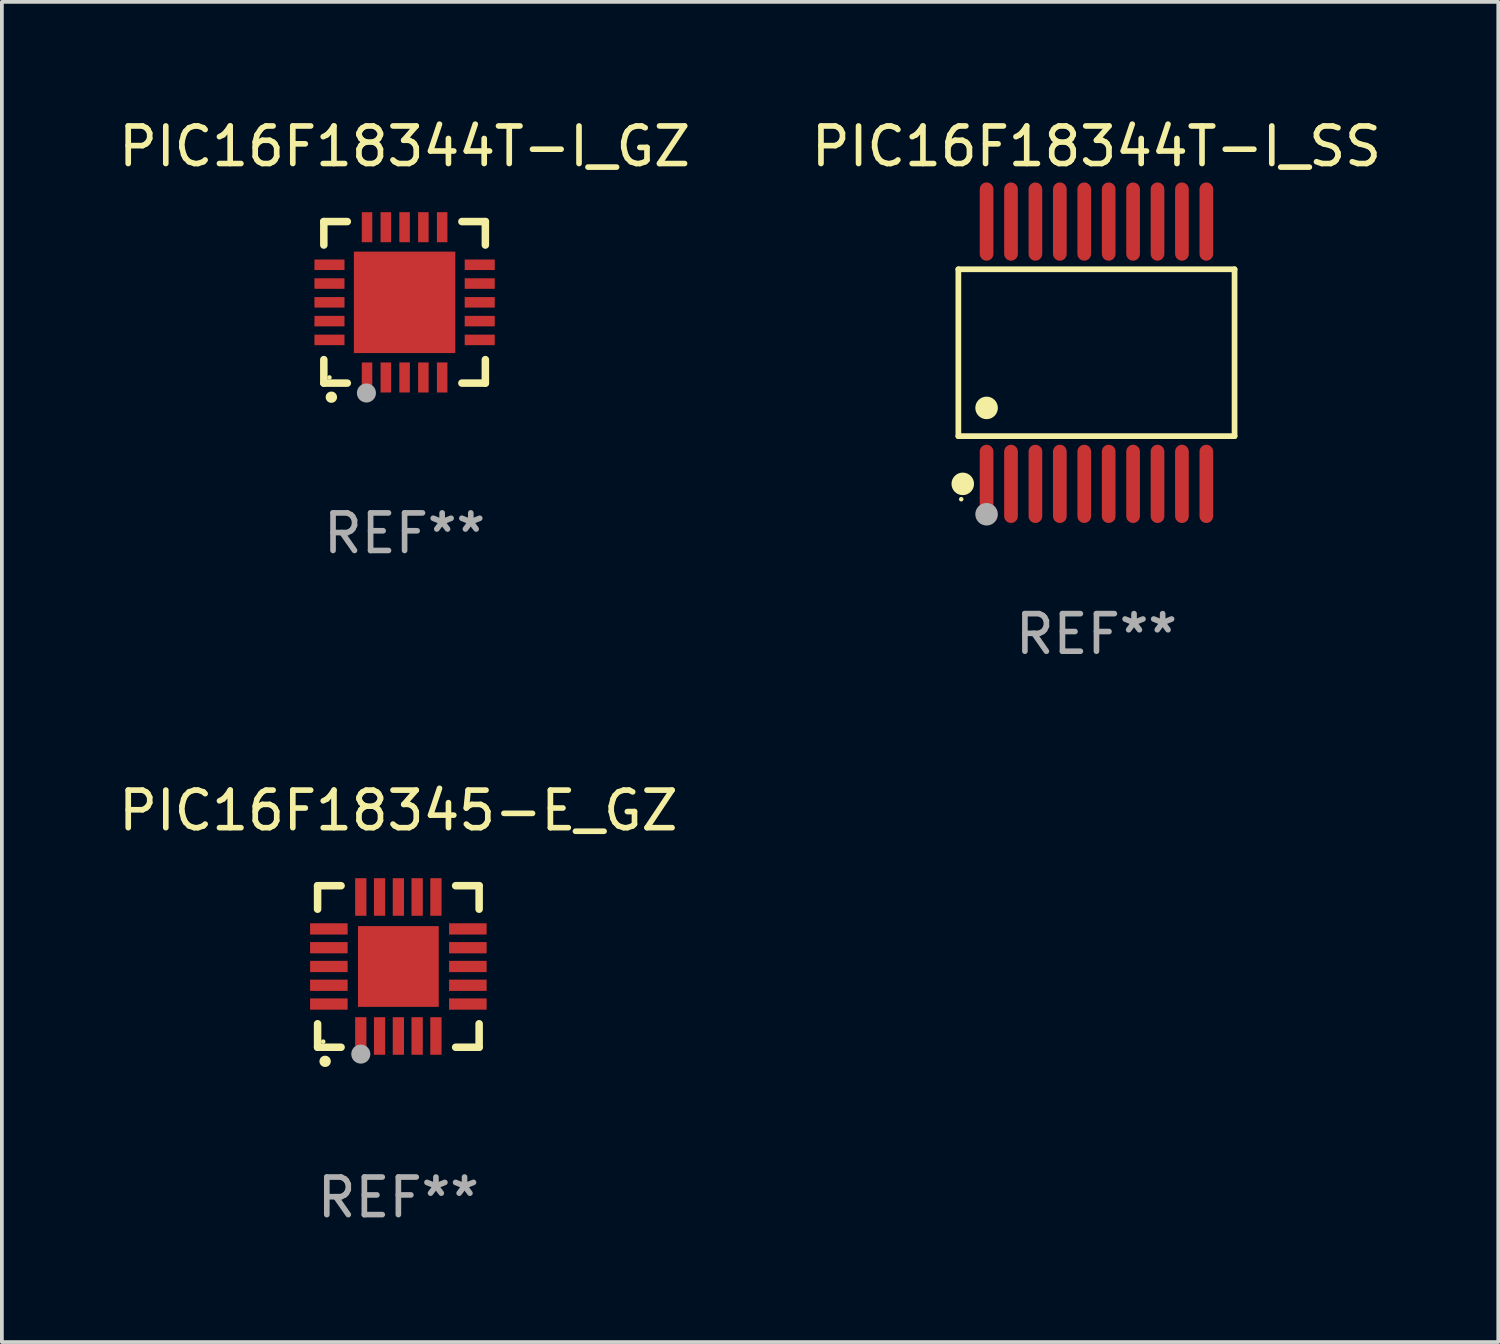
<source format=kicad_pcb>
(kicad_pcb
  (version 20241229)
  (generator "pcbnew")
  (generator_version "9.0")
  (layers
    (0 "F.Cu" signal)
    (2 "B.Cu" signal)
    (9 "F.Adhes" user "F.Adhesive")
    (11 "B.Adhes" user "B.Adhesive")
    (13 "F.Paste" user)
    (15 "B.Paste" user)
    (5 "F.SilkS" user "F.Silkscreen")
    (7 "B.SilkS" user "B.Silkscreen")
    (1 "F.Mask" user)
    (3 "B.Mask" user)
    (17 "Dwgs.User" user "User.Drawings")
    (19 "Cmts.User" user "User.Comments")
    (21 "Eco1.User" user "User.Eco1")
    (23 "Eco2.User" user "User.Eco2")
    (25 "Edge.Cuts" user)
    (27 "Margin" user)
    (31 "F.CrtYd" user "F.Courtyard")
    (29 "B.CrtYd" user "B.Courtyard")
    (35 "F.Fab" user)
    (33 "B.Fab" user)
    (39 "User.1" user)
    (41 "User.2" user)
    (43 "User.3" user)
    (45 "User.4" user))
  (footprint "PIC16F18344T-I_SS"
    (layer "F.Cu")
    (at 26.137 6.339)
    (property "Reference" "PIC16F18344T-I_SS" (at 0 -5.491 0) (layer "F.SilkS") (effects (font (size 1 1) (thickness 0.15))))
    (attr through_hole)
    (fp_line (start -3.676 -2.221) (end 3.676 -2.221) (stroke (width 0.152) (type solid)) (layer "F.SilkS"))
    (fp_line (start -3.676 2.221) (end -3.676 -2.221) (stroke (width 0.152) (type solid)) (layer "F.SilkS"))
    (fp_line (start 3.676 -2.221) (end 3.676 2.221) (stroke (width 0.152) (type solid)) (layer "F.SilkS"))
    (fp_line (start 3.676 2.221) (end -3.676 2.221) (stroke (width 0.152) (type solid)) (layer "F.SilkS"))
    (fp_circle (center -3.6 3.9) (end -3.57 3.9) (stroke (width 0.06) (type solid)) (fill no) (layer "F.SilkS"))
    (fp_circle (center -3.559 3.491) (end -3.409 3.491) (stroke (width 0.3) (type solid)) (fill no) (layer "F.SilkS"))
    (fp_circle (center -2.925 1.469) (end -2.775 1.469) (stroke (width 0.3) (type solid)) (fill no) (layer "F.SilkS"))
    (fp_circle (center -2.925 4.3) (end -2.775 4.3) (stroke (width 0.3) (type solid)) (fill no) (layer "F.Fab"))
    (fp_text user "REF**" (at 0 7.491 0) (layer "F.Fab") (effects (font (size 1 1) (thickness 0.15))))
    (pad "1" smd oval (at -2.925 3.491) (size 0.364 2.082) (layers "F.Cu" "F.Mask" "F.Paste"))
    (pad "2" smd oval (at -2.275 3.491) (size 0.364 2.082) (layers "F.Cu" "F.Mask" "F.Paste"))
    (pad "3" smd oval (at -1.625 3.491) (size 0.364 2.082) (layers "F.Cu" "F.Mask" "F.Paste"))
    (pad "4" smd oval (at -0.975 3.491) (size 0.364 2.082) (layers "F.Cu" "F.Mask" "F.Paste"))
    (pad "5" smd oval (at -0.325 3.491) (size 0.364 2.082) (layers "F.Cu" "F.Mask" "F.Paste"))
    (pad "6" smd oval (at 0.325 3.491) (size 0.364 2.082) (layers "F.Cu" "F.Mask" "F.Paste"))
    (pad "7" smd oval (at 0.975 3.491) (size 0.364 2.082) (layers "F.Cu" "F.Mask" "F.Paste"))
    (pad "8" smd oval (at 1.625 3.491) (size 0.364 2.082) (layers "F.Cu" "F.Mask" "F.Paste"))
    (pad "9" smd oval (at 2.275 3.491) (size 0.364 2.082) (layers "F.Cu" "F.Mask" "F.Paste"))
    (pad "10" smd oval (at 2.925 3.491) (size 0.364 2.082) (layers "F.Cu" "F.Mask" "F.Paste"))
    (pad "11" smd oval (at 2.925 -3.491) (size 0.364 2.082) (layers "F.Cu" "F.Mask" "F.Paste"))
    (pad "12" smd oval (at 2.275 -3.491) (size 0.364 2.082) (layers "F.Cu" "F.Mask" "F.Paste"))
    (pad "13" smd oval (at 1.625 -3.491) (size 0.364 2.082) (layers "F.Cu" "F.Mask" "F.Paste"))
    (pad "14" smd oval (at 0.975 -3.491) (size 0.364 2.082) (layers "F.Cu" "F.Mask" "F.Paste"))
    (pad "15" smd oval (at 0.325 -3.491) (size 0.364 2.082) (layers "F.Cu" "F.Mask" "F.Paste"))
    (pad "16" smd oval (at -0.325 -3.491) (size 0.364 2.082) (layers "F.Cu" "F.Mask" "F.Paste"))
    (pad "17" smd oval (at -0.975 -3.491) (size 0.364 2.082) (layers "F.Cu" "F.Mask" "F.Paste"))
    (pad "18" smd oval (at -1.625 -3.491) (size 0.364 2.082) (layers "F.Cu" "F.Mask" "F.Paste"))
    (pad "19" smd oval (at -2.275 -3.491) (size 0.364 2.082) (layers "F.Cu" "F.Mask" "F.Paste"))
    (pad "20" smd oval (at -2.925 -3.491) (size 0.364 2.082) (layers "F.Cu" "F.Mask" "F.Paste")))
  (footprint "PIC16F18344T-I_GZ"
    (layer "F.Cu")
    (at 7.72 4.998)
    (property "Reference" "PIC16F18344T-I_GZ" (at 0 -4.15 0) (layer "F.SilkS") (effects (font (size 1 1) (thickness 0.15))))
    (attr through_hole)
    (fp_line (start -2.15 -2.15) (end -2.15 -1.525) (stroke (width 0.2) (type solid)) (layer "F.SilkS"))
    (fp_line (start -2.15 2.15) (end -2.15 1.525) (stroke (width 0.2) (type solid)) (layer "F.SilkS"))
    (fp_line (start -1.525 -2.15) (end -2.15 -2.15) (stroke (width 0.2) (type solid)) (layer "F.SilkS"))
    (fp_line (start -1.525 2.15) (end -2.15 2.15) (stroke (width 0.2) (type solid)) (layer "F.SilkS"))
    (fp_line (start 1.525 2.15) (end 2.15 2.15) (stroke (width 0.2) (type solid)) (layer "F.SilkS"))
    (fp_line (start 2.15 -2.15) (end 1.525 -2.15) (stroke (width 0.2) (type solid)) (layer "F.SilkS"))
    (fp_line (start 2.15 -1.525) (end 2.15 -2.15) (stroke (width 0.2) (type solid)) (layer "F.SilkS"))
    (fp_line (start 2.15 2.15) (end 2.15 1.525) (stroke (width 0.2) (type solid)) (layer "F.SilkS"))
    (fp_arc (start -1.950724 2.524765) (mid -1.949454 2.52476) (end -1.948184 2.524765) (stroke (width 0.3) (type solid)) (layer "F.SilkS"))
    (fp_circle (center -2 2) (end -1.97 2) (stroke (width 0.06) (type solid)) (fill no) (layer "F.SilkS"))
    (fp_circle (center -1.016 2.413) (end -0.889 2.413) (stroke (width 0.254) (type solid)) (fill no) (layer "F.Fab"))
    (fp_text user "REF**" (at 0 6.15 0) (layer "F.Fab") (effects (font (size 1 1) (thickness 0.15))))
    (pad "1" smd rect (at -1 2 180) (size 0.28 0.8) (layers "F.Cu" "F.Mask" "F.Paste"))
    (pad "2" smd rect (at -0.5 2 180) (size 0.28 0.8) (layers "F.Cu" "F.Mask" "F.Paste"))
    (pad "3" smd rect (at 0 2 180) (size 0.28 0.8) (layers "F.Cu" "F.Mask" "F.Paste"))
    (pad "4" smd rect (at 0.5 2 180) (size 0.28 0.8) (layers "F.Cu" "F.Mask" "F.Paste"))
    (pad "5" smd rect (at 1 2 180) (size 0.28 0.8) (layers "F.Cu" "F.Mask" "F.Paste"))
    (pad "6" smd rect (at 2 1 90) (size 0.28 0.8) (layers "F.Cu" "F.Mask" "F.Paste"))
    (pad "7" smd rect (at 2 0.5 90) (size 0.28 0.8) (layers "F.Cu" "F.Mask" "F.Paste"))
    (pad "8" smd rect (at 2 0 90) (size 0.28 0.8) (layers "F.Cu" "F.Mask" "F.Paste"))
    (pad "9" smd rect (at 2 -0.5 90) (size 0.28 0.8) (layers "F.Cu" "F.Mask" "F.Paste"))
    (pad "10" smd rect (at 2 -1 90) (size 0.28 0.8) (layers "F.Cu" "F.Mask" "F.Paste"))
    (pad "11" smd rect (at 1 -2 180) (size 0.28 0.8) (layers "F.Cu" "F.Mask" "F.Paste"))
    (pad "12" smd rect (at 0.5 -2 180) (size 0.28 0.8) (layers "F.Cu" "F.Mask" "F.Paste"))
    (pad "13" smd rect (at 0 -2 180) (size 0.28 0.8) (layers "F.Cu" "F.Mask" "F.Paste"))
    (pad "14" smd rect (at -0.5 -2 180) (size 0.28 0.8) (layers "F.Cu" "F.Mask" "F.Paste"))
    (pad "15" smd rect (at -1 -2 180) (size 0.28 0.8) (layers "F.Cu" "F.Mask" "F.Paste"))
    (pad "16" smd rect (at -2 -1 90) (size 0.28 0.8) (layers "F.Cu" "F.Mask" "F.Paste"))
    (pad "17" smd rect (at -2 -0.5 90) (size 0.28 0.8) (layers "F.Cu" "F.Mask" "F.Paste"))
    (pad "18" smd rect (at -2 0 90) (size 0.28 0.8) (layers "F.Cu" "F.Mask" "F.Paste"))
    (pad "19" smd rect (at -2 0.5 90) (size 0.28 0.8) (layers "F.Cu" "F.Mask" "F.Paste"))
    (pad "20" smd rect (at -2 1 90) (size 0.28 0.8) (layers "F.Cu" "F.Mask" "F.Paste"))
    (pad "21" smd rect (at 0 0 90) (size 2.7 2.7) (layers "F.Cu" "F.Mask" "F.Paste")))
  (footprint "PIC16F18345-E_GZ"
    (layer "F.Cu")
    (at 7.554 22.677)
    (property "Reference" "PIC16F18345-E_GZ" (at 0 -4.15 0) (layer "F.SilkS") (effects (font (size 1 1) (thickness 0.15))))
    (attr through_hole)
    (fp_line (start -2.15 -2.15) (end -2.15 -1.525) (stroke (width 0.2) (type solid)) (layer "F.SilkS"))
    (fp_line (start -2.15 2.15) (end -2.15 1.525) (stroke (width 0.2) (type solid)) (layer "F.SilkS"))
    (fp_line (start -1.525 -2.15) (end -2.15 -2.15) (stroke (width 0.2) (type solid)) (layer "F.SilkS"))
    (fp_line (start -1.525 2.15) (end -2.15 2.15) (stroke (width 0.2) (type solid)) (layer "F.SilkS"))
    (fp_line (start 1.525 2.15) (end 2.15 2.15) (stroke (width 0.2) (type solid)) (layer "F.SilkS"))
    (fp_line (start 2.15 -2.15) (end 1.525 -2.15) (stroke (width 0.2) (type solid)) (layer "F.SilkS"))
    (fp_line (start 2.15 -1.525) (end 2.15 -2.15) (stroke (width 0.2) (type solid)) (layer "F.SilkS"))
    (fp_line (start 2.15 2.15) (end 2.15 1.525) (stroke (width 0.2) (type solid)) (layer "F.SilkS"))
    (fp_arc (start -1.950724 2.524765) (mid -1.949454 2.52476) (end -1.948184 2.524765) (stroke (width 0.3) (type solid)) (layer "F.SilkS"))
    (fp_circle (center -2 2) (end -1.97 2) (stroke (width 0.06) (type solid)) (fill no) (layer "F.SilkS"))
    (fp_circle (center -1 2.332) (end -0.873 2.332) (stroke (width 0.254) (type solid)) (fill no) (layer "F.Fab"))
    (fp_text user "REF**" (at 0 6.15 0) (layer "F.Fab") (effects (font (size 1 1) (thickness 0.15))))
    (pad "1" smd rect (at -1 1.85 180) (size 0.3 1) (layers "F.Cu" "F.Mask" "F.Paste"))
    (pad "2" smd rect (at -0.5 1.85 180) (size 0.3 1) (layers "F.Cu" "F.Mask" "F.Paste"))
    (pad "3" smd rect (at 0 1.85 180) (size 0.3 1) (layers "F.Cu" "F.Mask" "F.Paste"))
    (pad "4" smd rect (at 0.5 1.85 180) (size 0.3 1) (layers "F.Cu" "F.Mask" "F.Paste"))
    (pad "5" smd rect (at 1 1.85 180) (size 0.3 1) (layers "F.Cu" "F.Mask" "F.Paste"))
    (pad "6" smd rect (at 1.85 1 90) (size 0.3 1) (layers "F.Cu" "F.Mask" "F.Paste"))
    (pad "7" smd rect (at 1.85 0.5 90) (size 0.3 1) (layers "F.Cu" "F.Mask" "F.Paste"))
    (pad "8" smd rect (at 1.85 0 90) (size 0.3 1) (layers "F.Cu" "F.Mask" "F.Paste"))
    (pad "9" smd rect (at 1.85 -0.5 90) (size 0.3 1) (layers "F.Cu" "F.Mask" "F.Paste"))
    (pad "10" smd rect (at 1.85 -1 90) (size 0.3 1) (layers "F.Cu" "F.Mask" "F.Paste"))
    (pad "11" smd rect (at 1 -1.85 180) (size 0.3 1) (layers "F.Cu" "F.Mask" "F.Paste"))
    (pad "12" smd rect (at 0.5 -1.85 180) (size 0.3 1) (layers "F.Cu" "F.Mask" "F.Paste"))
    (pad "13" smd rect (at 0 -1.85 180) (size 0.3 1) (layers "F.Cu" "F.Mask" "F.Paste"))
    (pad "14" smd rect (at -0.5 -1.85 180) (size 0.3 1) (layers "F.Cu" "F.Mask" "F.Paste"))
    (pad "15" smd rect (at -1 -1.85 180) (size 0.3 1) (layers "F.Cu" "F.Mask" "F.Paste"))
    (pad "16" smd rect (at -1.85 -1 90) (size 0.3 1) (layers "F.Cu" "F.Mask" "F.Paste"))
    (pad "17" smd rect (at -1.85 -0.5 90) (size 0.3 1) (layers "F.Cu" "F.Mask" "F.Paste"))
    (pad "18" smd rect (at -1.85 0 90) (size 0.3 1) (layers "F.Cu" "F.Mask" "F.Paste"))
    (pad "19" smd rect (at -1.85 0.5 90) (size 0.3 1) (layers "F.Cu" "F.Mask" "F.Paste"))
    (pad "20" smd rect (at -1.85 1 90) (size 0.3 1) (layers "F.Cu" "F.Mask" "F.Paste"))
    (pad "21" smd rect (at 0 0 90) (size 2.15 2.15) (layers "F.Cu" "F.Mask" "F.Paste")))
  (gr_rect
    (start -3 -3)
    (end 36.833 32.675)
    (stroke (width 0.1) (type default))
    (fill no)
    (layer "Edge.Cuts")))
</source>
